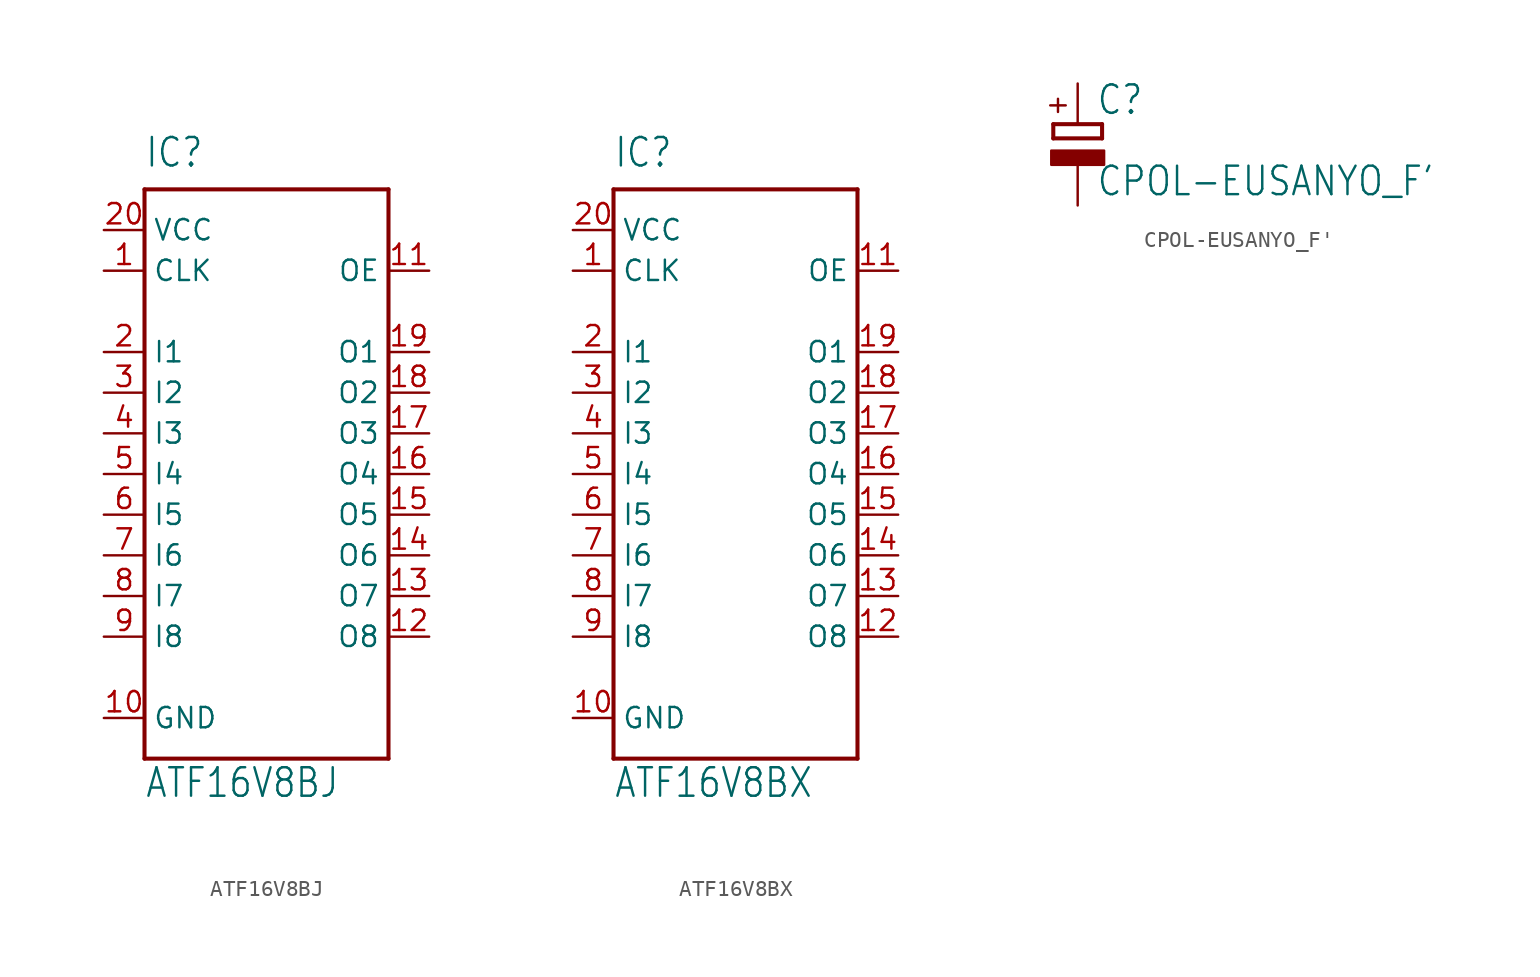
<source format=kicad_sym>
(kicad_symbol_lib
  (version 20231120)
  (generator "kicad_symbol_editor")
  (generator_version "8.0")
  (symbol "ATF16V8BJ"
    (property "Reference" "IC"
      (at -7.62 19.05 0)
      (effects (font (size 1.778 1.511)) (justify left bottom)))
    (property "Value" "ATF16V8BJ"
      (at -7.62 -20.32 0)
      (effects (font (size 1.778 1.511)) (justify left bottom)))
    (property "ki_locked" ""
      (at 0 0 0)
      (effects (font (size 1.27 1.27))))
    (symbol "ATF16V8BJ_1_0"
      (polyline (pts (xy -7.62 -17.78) (xy -7.62 17.78)) (stroke (width 0.254) (type default)) (fill (type none)))
      (polyline (pts (xy -7.62 17.78) (xy 7.62 17.78)) (stroke (width 0.254) (type default)) (fill (type none)))
      (polyline (pts (xy 7.62 -17.78) (xy -7.62 -17.78)) (stroke (width 0.254) (type default)) (fill (type none)))
      (polyline (pts (xy 7.62 17.78) (xy 7.62 -17.78)) (stroke (width 0.254) (type default)) (fill (type none)))
      (pin input line (at -10.16 12.7 0) (length 2.54) (name "CLK" (effects (font (size 1.27 1.27)))) (number "1" (effects (font (size 1.27 1.27)))))
      (pin power_in line (at -10.16 -15.24 0) (length 2.54) (name "GND" (effects (font (size 1.27 1.27)))) (number "10" (effects (font (size 1.27 1.27)))))
      (pin input line (at 10.16 12.7 180) (length 2.54) (name "OE" (effects (font (size 1.27 1.27)))) (number "11" (effects (font (size 1.27 1.27)))))
      (pin output line (at 10.16 -10.16 180) (length 2.54) (name "O8" (effects (font (size 1.27 1.27)))) (number "12" (effects (font (size 1.27 1.27)))))
      (pin output line (at 10.16 -7.62 180) (length 2.54) (name "O7" (effects (font (size 1.27 1.27)))) (number "13" (effects (font (size 1.27 1.27)))))
      (pin output line (at 10.16 -5.08 180) (length 2.54) (name "O6" (effects (font (size 1.27 1.27)))) (number "14" (effects (font (size 1.27 1.27)))))
      (pin output line (at 10.16 -2.54 180) (length 2.54) (name "O5" (effects (font (size 1.27 1.27)))) (number "15" (effects (font (size 1.27 1.27)))))
      (pin output line (at 10.16 0 180) (length 2.54) (name "O4" (effects (font (size 1.27 1.27)))) (number "16" (effects (font (size 1.27 1.27)))))
      (pin output line (at 10.16 2.54 180) (length 2.54) (name "O3" (effects (font (size 1.27 1.27)))) (number "17" (effects (font (size 1.27 1.27)))))
      (pin output line (at 10.16 5.08 180) (length 2.54) (name "O2" (effects (font (size 1.27 1.27)))) (number "18" (effects (font (size 1.27 1.27)))))
      (pin output line (at 10.16 7.62 180) (length 2.54) (name "O1" (effects (font (size 1.27 1.27)))) (number "19" (effects (font (size 1.27 1.27)))))
      (pin input line (at -10.16 7.62 0) (length 2.54) (name "I1" (effects (font (size 1.27 1.27)))) (number "2" (effects (font (size 1.27 1.27)))))
      (pin power_in line (at -10.16 15.24 0) (length 2.54) (name "VCC" (effects (font (size 1.27 1.27)))) (number "20" (effects (font (size 1.27 1.27)))))
      (pin input line (at -10.16 5.08 0) (length 2.54) (name "I2" (effects (font (size 1.27 1.27)))) (number "3" (effects (font (size 1.27 1.27)))))
      (pin input line (at -10.16 2.54 0) (length 2.54) (name "I3" (effects (font (size 1.27 1.27)))) (number "4" (effects (font (size 1.27 1.27)))))
      (pin input line (at -10.16 0 0) (length 2.54) (name "I4" (effects (font (size 1.27 1.27)))) (number "5" (effects (font (size 1.27 1.27)))))
      (pin input line (at -10.16 -2.54 0) (length 2.54) (name "I5" (effects (font (size 1.27 1.27)))) (number "6" (effects (font (size 1.27 1.27)))))
      (pin input line (at -10.16 -5.08 0) (length 2.54) (name "I6" (effects (font (size 1.27 1.27)))) (number "7" (effects (font (size 1.27 1.27)))))
      (pin input line (at -10.16 -7.62 0) (length 2.54) (name "I7" (effects (font (size 1.27 1.27)))) (number "8" (effects (font (size 1.27 1.27)))))
      (pin input line (at -10.16 -10.16 0) (length 2.54) (name "I8" (effects (font (size 1.27 1.27)))) (number "9" (effects (font (size 1.27 1.27)))))))
  (symbol "ATF16V8BX"
    (property "Reference" "IC"
      (at -7.62 19.05 0)
      (effects (font (size 1.778 1.511)) (justify left bottom)))
    (property "Value" "ATF16V8BX"
      (at -7.62 -20.32 0)
      (effects (font (size 1.778 1.511)) (justify left bottom)))
    (property "ki_locked" ""
      (at 0 0 0)
      (effects (font (size 1.27 1.27))))
    (symbol "ATF16V8BX_1_0"
      (polyline (pts (xy -7.62 -17.78) (xy -7.62 17.78)) (stroke (width 0.254) (type default)) (fill (type none)))
      (polyline (pts (xy -7.62 17.78) (xy 7.62 17.78)) (stroke (width 0.254) (type default)) (fill (type none)))
      (polyline (pts (xy 7.62 -17.78) (xy -7.62 -17.78)) (stroke (width 0.254) (type default)) (fill (type none)))
      (polyline (pts (xy 7.62 17.78) (xy 7.62 -17.78)) (stroke (width 0.254) (type default)) (fill (type none)))
      (pin input line (at -10.16 12.7 0) (length 2.54) (name "CLK" (effects (font (size 1.27 1.27)))) (number "1" (effects (font (size 1.27 1.27)))))
      (pin power_in line (at -10.16 -15.24 0) (length 2.54) (name "GND" (effects (font (size 1.27 1.27)))) (number "10" (effects (font (size 1.27 1.27)))))
      (pin input line (at 10.16 12.7 180) (length 2.54) (name "OE" (effects (font (size 1.27 1.27)))) (number "11" (effects (font (size 1.27 1.27)))))
      (pin output line (at 10.16 -10.16 180) (length 2.54) (name "O8" (effects (font (size 1.27 1.27)))) (number "12" (effects (font (size 1.27 1.27)))))
      (pin output line (at 10.16 -7.62 180) (length 2.54) (name "O7" (effects (font (size 1.27 1.27)))) (number "13" (effects (font (size 1.27 1.27)))))
      (pin output line (at 10.16 -5.08 180) (length 2.54) (name "O6" (effects (font (size 1.27 1.27)))) (number "14" (effects (font (size 1.27 1.27)))))
      (pin output line (at 10.16 -2.54 180) (length 2.54) (name "O5" (effects (font (size 1.27 1.27)))) (number "15" (effects (font (size 1.27 1.27)))))
      (pin output line (at 10.16 0 180) (length 2.54) (name "O4" (effects (font (size 1.27 1.27)))) (number "16" (effects (font (size 1.27 1.27)))))
      (pin output line (at 10.16 2.54 180) (length 2.54) (name "O3" (effects (font (size 1.27 1.27)))) (number "17" (effects (font (size 1.27 1.27)))))
      (pin output line (at 10.16 5.08 180) (length 2.54) (name "O2" (effects (font (size 1.27 1.27)))) (number "18" (effects (font (size 1.27 1.27)))))
      (pin output line (at 10.16 7.62 180) (length 2.54) (name "O1" (effects (font (size 1.27 1.27)))) (number "19" (effects (font (size 1.27 1.27)))))
      (pin input line (at -10.16 7.62 0) (length 2.54) (name "I1" (effects (font (size 1.27 1.27)))) (number "2" (effects (font (size 1.27 1.27)))))
      (pin power_in line (at -10.16 15.24 0) (length 2.54) (name "VCC" (effects (font (size 1.27 1.27)))) (number "20" (effects (font (size 1.27 1.27)))))
      (pin input line (at -10.16 5.08 0) (length 2.54) (name "I2" (effects (font (size 1.27 1.27)))) (number "3" (effects (font (size 1.27 1.27)))))
      (pin input line (at -10.16 2.54 0) (length 2.54) (name "I3" (effects (font (size 1.27 1.27)))) (number "4" (effects (font (size 1.27 1.27)))))
      (pin input line (at -10.16 0 0) (length 2.54) (name "I4" (effects (font (size 1.27 1.27)))) (number "5" (effects (font (size 1.27 1.27)))))
      (pin input line (at -10.16 -2.54 0) (length 2.54) (name "I5" (effects (font (size 1.27 1.27)))) (number "6" (effects (font (size 1.27 1.27)))))
      (pin input line (at -10.16 -5.08 0) (length 2.54) (name "I6" (effects (font (size 1.27 1.27)))) (number "7" (effects (font (size 1.27 1.27)))))
      (pin input line (at -10.16 -7.62 0) (length 2.54) (name "I7" (effects (font (size 1.27 1.27)))) (number "8" (effects (font (size 1.27 1.27)))))
      (pin input line (at -10.16 -10.16 0) (length 2.54) (name "I8" (effects (font (size 1.27 1.27)))) (number "9" (effects (font (size 1.27 1.27)))))))
  (symbol "CPOL-EUSANYO_F'"
    (property "Reference" "C"
      (at 1.143 0.483 0)
      (effects (font (size 1.778 1.511)) (justify left bottom)))
    (property "Value" "CPOL-EUSANYO_F'"
      (at 1.143 -4.597 0)
      (effects (font (size 1.778 1.511)) (justify left bottom)))
    (property "ki_locked" ""
      (at 0 0 0)
      (effects (font (size 1.27 1.27))))
    (symbol "CPOL-EUSANYO_F'_1_0"
      (rectangle (start -1.651 -2.54) (end 1.651 -1.651) (stroke (width 0) (type default)) (fill (type outline)))
      (polyline (pts (xy -1.524 -0.889) (xy 1.524 -0.889)) (stroke (width 0.254) (type default)) (fill (type none)))
      (polyline (pts (xy -1.524 0) (xy -1.524 -0.889)) (stroke (width 0.254) (type default)) (fill (type none)))
      (polyline (pts (xy -1.524 0) (xy 1.524 0)) (stroke (width 0.254) (type default)) (fill (type none)))
      (polyline (pts (xy 1.524 -0.889) (xy 1.524 0)) (stroke (width 0.254) (type default)) (fill (type none)))
      (text "+" (at -0.584 0.406 900) (effects (font (size 1.27 1.079)) (justify left bottom)))
      (pin passive line (at 0 2.54 270) (length 2.54) (name "+" (effects (font (size 0 0)))) (number "+" (effects (font (size 0 0)))))
      (pin passive line (at 0 -5.08 90) (length 2.54) (name "-" (effects (font (size 0 0)))) (number "-" (effects (font (size 0 0))))))))
</source>
